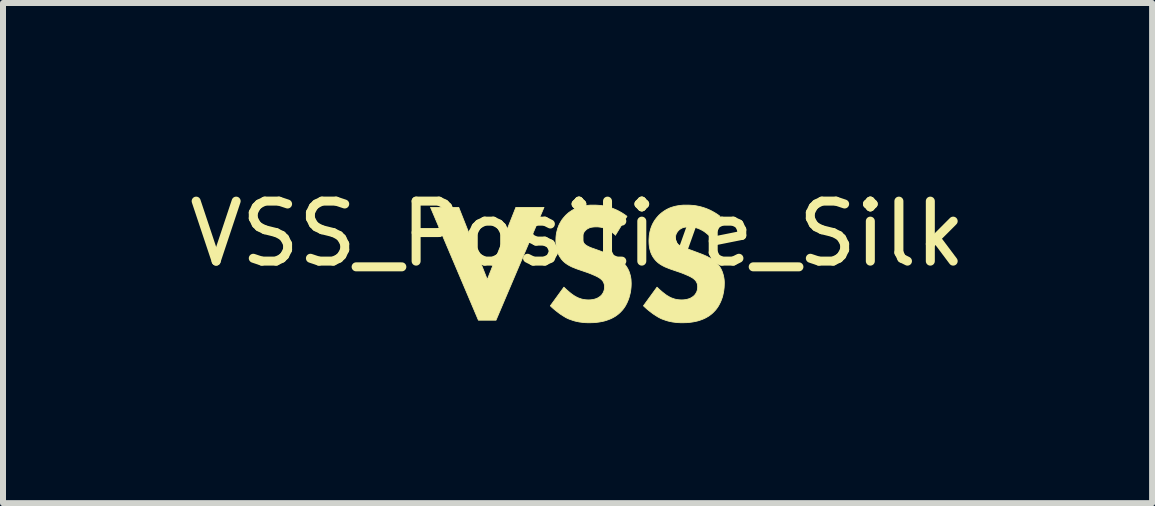
<source format=kicad_pcb>
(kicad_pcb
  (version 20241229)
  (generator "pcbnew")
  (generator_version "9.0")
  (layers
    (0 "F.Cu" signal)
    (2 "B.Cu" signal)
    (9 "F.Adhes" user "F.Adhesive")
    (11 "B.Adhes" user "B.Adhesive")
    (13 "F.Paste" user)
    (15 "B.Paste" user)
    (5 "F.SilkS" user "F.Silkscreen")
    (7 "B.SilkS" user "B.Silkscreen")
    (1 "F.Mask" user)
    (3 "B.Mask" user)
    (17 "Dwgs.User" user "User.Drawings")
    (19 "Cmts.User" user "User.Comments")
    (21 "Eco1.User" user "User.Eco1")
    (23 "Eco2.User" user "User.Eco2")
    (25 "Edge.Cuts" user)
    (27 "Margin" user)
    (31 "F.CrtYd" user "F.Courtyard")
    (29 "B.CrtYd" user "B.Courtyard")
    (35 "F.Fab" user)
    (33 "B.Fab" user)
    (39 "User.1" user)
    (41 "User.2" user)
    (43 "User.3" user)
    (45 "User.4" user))
  (footprint "VSS_Positive_Silk"
    (layer "F.Cu")
    (at 6.577 1.348)
    (property "Reference" "VSS_Positive_Silk" (at 0 -0.5 0) (unlocked yes) (layer "F.SilkS") (effects (font (size 1 1) (thickness 0.15))))
    (fp_poly (pts (xy -1.504 0.262) (xy -1.028 -0.941) (xy -0.559 -0.941) (xy -1.359 0.94) (xy -1.652 0.94) (xy -2.45 -0.941) (xy -1.98 -0.941)) (stroke (width 0.013) (type solid)) (fill yes) (layer "F.SilkS"))
    (fp_poly (pts (xy 0.319 -0.978) (xy 0.348 -0.976) (xy 0.378 -0.974) (xy 0.41 -0.97) (xy 0.443 -0.964) (xy 0.477 -0.957) (xy 0.513 -0.948) (xy 0.549 -0.937) (xy 0.586 -0.925) (xy 0.624 -0.909) (xy 0.663 -0.892) (xy 0.703 -0.871) (xy 0.743 -0.848) (xy 0.783 -0.822) (xy 0.824 -0.792) (xy 0.63 -0.475) (xy 0.63 -0.482) (xy 0.604 -0.504) (xy 0.578 -0.524) (xy 0.553 -0.542) (xy 0.529 -0.557) (xy 0.505 -0.569) (xy 0.483 -0.58) (xy 0.461 -0.589) (xy 0.44 -0.597) (xy 0.42 -0.603) (xy 0.401 -0.607) (xy 0.383 -0.611) (xy 0.366 -0.613) (xy 0.351 -0.615) (xy 0.337 -0.616) (xy 0.313 -0.616) (xy 0.29 -0.616) (xy 0.278 -0.615) (xy 0.266 -0.614) (xy 0.254 -0.613) (xy 0.241 -0.611) (xy 0.229 -0.609) (xy 0.217 -0.606) (xy 0.205 -0.602) (xy 0.193 -0.598) (xy 0.182 -0.592) (xy 0.17 -0.586) (xy 0.159 -0.579) (xy 0.149 -0.572) (xy 0.144 -0.567) (xy 0.139 -0.563) (xy 0.134 -0.558) (xy 0.129 -0.553) (xy 0.124 -0.547) (xy 0.119 -0.541) (xy 0.114 -0.535) (xy 0.11 -0.529) (xy 0.105 -0.522) (xy 0.101 -0.515) (xy 0.097 -0.508) (xy 0.094 -0.501) (xy 0.091 -0.493) (xy 0.088 -0.485) (xy 0.086 -0.477) (xy 0.084 -0.468) (xy 0.082 -0.46) (xy 0.081 -0.451) (xy 0.08 -0.442) (xy 0.08 -0.433) (xy 0.08 -0.424) (xy 0.081 -0.416) (xy 0.081 -0.408) (xy 0.083 -0.401) (xy 0.084 -0.393) (xy 0.086 -0.386) (xy 0.088 -0.38) (xy 0.09 -0.373) (xy 0.093 -0.367) (xy 0.096 -0.361) (xy 0.1 -0.355) (xy 0.104 -0.349) (xy 0.108 -0.343) (xy 0.112 -0.338) (xy 0.117 -0.332) (xy 0.122 -0.327) (xy 0.131 -0.319) (xy 0.14 -0.312) (xy 0.15 -0.305) (xy 0.161 -0.299) (xy 0.172 -0.293) (xy 0.184 -0.287) (xy 0.196 -0.281) (xy 0.21 -0.275) (xy 0.225 -0.269) (xy 0.24 -0.263) (xy 0.275 -0.251) (xy 0.359 -0.221) (xy 0.5 -0.168) (xy 0.531 -0.156) (xy 0.564 -0.142) (xy 0.597 -0.127) (xy 0.614 -0.119) (xy 0.631 -0.11) (xy 0.648 -0.101) (xy 0.665 -0.092) (xy 0.681 -0.082) (xy 0.697 -0.071) (xy 0.713 -0.06) (xy 0.728 -0.049) (xy 0.743 -0.036) (xy 0.757 -0.023) (xy 0.777 -0.003) (xy 0.795 0.017) (xy 0.811 0.039) (xy 0.825 0.06) (xy 0.838 0.082) (xy 0.849 0.105) (xy 0.859 0.127) (xy 0.867 0.15) (xy 0.874 0.173) (xy 0.88 0.195) (xy 0.885 0.218) (xy 0.889 0.24) (xy 0.892 0.262) (xy 0.893 0.284) (xy 0.894 0.305) (xy 0.895 0.326) (xy 0.894 0.362) (xy 0.892 0.397) (xy 0.888 0.432) (xy 0.883 0.466) (xy 0.876 0.499) (xy 0.868 0.531) (xy 0.859 0.563) (xy 0.849 0.593) (xy 0.837 0.622) (xy 0.825 0.65) (xy 0.811 0.677) (xy 0.797 0.703) (xy 0.781 0.727) (xy 0.765 0.75) (xy 0.747 0.772) (xy 0.729 0.791) (xy 0.713 0.808) (xy 0.697 0.823) (xy 0.681 0.837) (xy 0.664 0.85) (xy 0.646 0.863) (xy 0.629 0.875) (xy 0.593 0.896) (xy 0.557 0.914) (xy 0.52 0.929) (xy 0.483 0.942) (xy 0.447 0.953) (xy 0.411 0.961) (xy 0.375 0.968) (xy 0.341 0.973) (xy 0.308 0.977) (xy 0.277 0.98) (xy 0.248 0.981) (xy 0.196 0.982) (xy 0.171 0.982) (xy 0.147 0.981) (xy 0.122 0.98) (xy 0.098 0.978) (xy 0.074 0.975) (xy 0.051 0.972) (xy 0.027 0.969) (xy 0.004 0.964) (xy -0.019 0.959) (xy -0.042 0.954) (xy -0.065 0.947) (xy -0.087 0.94) (xy -0.11 0.932) (xy -0.133 0.924) (xy -0.155 0.915) (xy -0.178 0.904) (xy -0.196 0.895) (xy -0.214 0.884) (xy -0.232 0.873) (xy -0.251 0.861) (xy -0.269 0.849) (xy -0.288 0.837) (xy -0.324 0.81) (xy -0.36 0.782) (xy -0.393 0.755) (xy -0.425 0.727) (xy -0.453 0.7) (xy -0.227 0.389) (xy -0.207 0.408) (xy -0.186 0.428) (xy -0.163 0.448) (xy -0.14 0.468) (xy -0.117 0.487) (xy -0.094 0.505) (xy -0.082 0.513) (xy -0.071 0.521) (xy -0.061 0.528) (xy -0.051 0.534) (xy -0.037 0.542) (xy -0.023 0.55) (xy -0.009 0.557) (xy 0.005 0.564) (xy 0.019 0.57) (xy 0.033 0.575) (xy 0.048 0.58) (xy 0.062 0.585) (xy 0.077 0.589) (xy 0.092 0.592) (xy 0.107 0.595) (xy 0.122 0.597) (xy 0.138 0.599) (xy 0.153 0.6) (xy 0.169 0.601) (xy 0.186 0.601) (xy 0.197 0.601) (xy 0.208 0.6) (xy 0.219 0.6) (xy 0.232 0.598) (xy 0.244 0.597) (xy 0.256 0.595) (xy 0.269 0.592) (xy 0.282 0.589) (xy 0.295 0.585) (xy 0.308 0.581) (xy 0.321 0.576) (xy 0.334 0.57) (xy 0.346 0.563) (xy 0.359 0.555) (xy 0.371 0.547) (xy 0.383 0.537) (xy 0.39 0.531) (xy 0.396 0.525) (xy 0.403 0.518) (xy 0.409 0.51) (xy 0.414 0.502) (xy 0.42 0.494) (xy 0.425 0.485) (xy 0.43 0.476) (xy 0.434 0.467) (xy 0.438 0.456) (xy 0.442 0.446) (xy 0.443 0.44) (xy 0.445 0.435) (xy 0.446 0.429) (xy 0.447 0.423) (xy 0.448 0.417) (xy 0.449 0.411) (xy 0.45 0.405) (xy 0.45 0.399) (xy 0.45 0.392) (xy 0.45 0.386) (xy 0.45 0.374) (xy 0.449 0.363) (xy 0.448 0.353) (xy 0.446 0.343) (xy 0.443 0.333) (xy 0.44 0.324) (xy 0.437 0.315) (xy 0.433 0.307) (xy 0.429 0.299) (xy 0.424 0.291) (xy 0.419 0.284) (xy 0.413 0.277) (xy 0.407 0.27) (xy 0.401 0.264) (xy 0.394 0.258) (xy 0.387 0.252) (xy 0.377 0.244) (xy 0.365 0.236) (xy 0.353 0.228) (xy 0.339 0.22) (xy 0.325 0.213) (xy 0.31 0.205) (xy 0.279 0.191) (xy 0.248 0.178) (xy 0.218 0.165) (xy 0.168 0.146) (xy 0.013 0.093) (xy -0.021 0.081) (xy -0.055 0.067) (xy -0.09 0.053) (xy -0.107 0.045) (xy -0.124 0.036) (xy -0.141 0.027) (xy -0.158 0.017) (xy -0.174 0.007) (xy -0.19 -0.004) (xy -0.205 -0.015) (xy -0.22 -0.028) (xy -0.235 -0.041) (xy -0.248 -0.055) (xy -0.266 -0.075) (xy -0.281 -0.096) (xy -0.295 -0.117) (xy -0.307 -0.138) (xy -0.318 -0.16) (xy -0.327 -0.181) (xy -0.335 -0.203) (xy -0.342 -0.225) (xy -0.347 -0.246) (xy -0.351 -0.267) (xy -0.355 -0.288) (xy -0.357 -0.308) (xy -0.359 -0.328) (xy -0.36 -0.347) (xy -0.361 -0.383) (xy -0.36 -0.414) (xy -0.359 -0.444) (xy -0.356 -0.474) (xy -0.352 -0.503) (xy -0.346 -0.531) (xy -0.339 -0.559) (xy -0.332 -0.587) (xy -0.322 -0.613) (xy -0.312 -0.64) (xy -0.3 -0.665) (xy -0.286 -0.69) (xy -0.272 -0.715) (xy -0.256 -0.739) (xy -0.238 -0.762) (xy -0.219 -0.784) (xy -0.199 -0.807) (xy -0.173 -0.831) (xy -0.148 -0.853) (xy -0.121 -0.872) (xy -0.094 -0.89) (xy -0.067 -0.906) (xy -0.039 -0.92) (xy -0.011 -0.933) (xy 0.018 -0.943) (xy 0.048 -0.952) (xy 0.077 -0.96) (xy 0.108 -0.966) (xy 0.139 -0.971) (xy 0.17 -0.975) (xy 0.202 -0.978) (xy 0.234 -0.979) (xy 0.267 -0.979)) (stroke (width 0.013) (type solid)) (fill yes) (layer "F.SilkS"))
    (fp_poly (pts (xy 1.872 -0.978) (xy 1.9 -0.976) (xy 1.931 -0.974) (xy 1.962 -0.97) (xy 1.995 -0.964) (xy 2.029 -0.957) (xy 2.065 -0.948) (xy 2.101 -0.937) (xy 2.138 -0.925) (xy 2.177 -0.909) (xy 2.215 -0.892) (xy 2.255 -0.871) (xy 2.295 -0.848) (xy 2.336 -0.822) (xy 2.376 -0.792) (xy 2.182 -0.475) (xy 2.182 -0.482) (xy 2.156 -0.504) (xy 2.131 -0.524) (xy 2.106 -0.542) (xy 2.081 -0.557) (xy 2.058 -0.569) (xy 2.035 -0.58) (xy 2.013 -0.589) (xy 1.992 -0.597) (xy 1.972 -0.603) (xy 1.953 -0.607) (xy 1.935 -0.611) (xy 1.919 -0.613) (xy 1.903 -0.615) (xy 1.889 -0.616) (xy 1.865 -0.616) (xy 1.842 -0.616) (xy 1.83 -0.615) (xy 1.818 -0.614) (xy 1.806 -0.613) (xy 1.794 -0.611) (xy 1.781 -0.609) (xy 1.769 -0.606) (xy 1.757 -0.602) (xy 1.745 -0.598) (xy 1.734 -0.592) (xy 1.723 -0.586) (xy 1.712 -0.579) (xy 1.701 -0.572) (xy 1.696 -0.567) (xy 1.691 -0.563) (xy 1.686 -0.558) (xy 1.682 -0.553) (xy 1.676 -0.547) (xy 1.671 -0.541) (xy 1.666 -0.535) (xy 1.662 -0.529) (xy 1.658 -0.522) (xy 1.653 -0.515) (xy 1.65 -0.508) (xy 1.646 -0.501) (xy 1.643 -0.493) (xy 1.64 -0.485) (xy 1.638 -0.477) (xy 1.636 -0.468) (xy 1.634 -0.46) (xy 1.633 -0.451) (xy 1.632 -0.442) (xy 1.632 -0.433) (xy 1.632 -0.424) (xy 1.633 -0.416) (xy 1.634 -0.408) (xy 1.635 -0.401) (xy 1.636 -0.393) (xy 1.638 -0.386) (xy 1.64 -0.38) (xy 1.643 -0.373) (xy 1.646 -0.367) (xy 1.649 -0.361) (xy 1.652 -0.355) (xy 1.656 -0.349) (xy 1.66 -0.343) (xy 1.665 -0.338) (xy 1.669 -0.332) (xy 1.674 -0.327) (xy 1.683 -0.319) (xy 1.693 -0.312) (xy 1.702 -0.305) (xy 1.713 -0.299) (xy 1.724 -0.293) (xy 1.736 -0.287) (xy 1.749 -0.281) (xy 1.762 -0.275) (xy 1.777 -0.269) (xy 1.792 -0.263) (xy 1.827 -0.251) (xy 1.911 -0.221) (xy 2.052 -0.168) (xy 2.083 -0.156) (xy 2.116 -0.142) (xy 2.15 -0.127) (xy 2.166 -0.119) (xy 2.183 -0.11) (xy 2.2 -0.101) (xy 2.217 -0.092) (xy 2.233 -0.082) (xy 2.249 -0.071) (xy 2.265 -0.06) (xy 2.28 -0.049) (xy 2.295 -0.036) (xy 2.309 -0.023) (xy 2.329 -0.003) (xy 2.347 0.017) (xy 2.363 0.039) (xy 2.377 0.06) (xy 2.39 0.082) (xy 2.401 0.105) (xy 2.411 0.127) (xy 2.419 0.15) (xy 2.426 0.173) (xy 2.432 0.195) (xy 2.437 0.218) (xy 2.441 0.24) (xy 2.444 0.262) (xy 2.446 0.284) (xy 2.447 0.305) (xy 2.447 0.326) (xy 2.446 0.362) (xy 2.444 0.397) (xy 2.44 0.432) (xy 2.435 0.466) (xy 2.428 0.499) (xy 2.421 0.531) (xy 2.412 0.563) (xy 2.401 0.593) (xy 2.39 0.622) (xy 2.377 0.65) (xy 2.363 0.677) (xy 2.349 0.703) (xy 2.333 0.727) (xy 2.317 0.75) (xy 2.299 0.772) (xy 2.281 0.791) (xy 2.265 0.808) (xy 2.249 0.823) (xy 2.233 0.837) (xy 2.216 0.85) (xy 2.199 0.863) (xy 2.181 0.875) (xy 2.145 0.896) (xy 2.109 0.914) (xy 2.072 0.929) (xy 2.036 0.942) (xy 1.999 0.953) (xy 1.963 0.961) (xy 1.928 0.968) (xy 1.893 0.973) (xy 1.861 0.977) (xy 1.829 0.98) (xy 1.8 0.981) (xy 1.749 0.982) (xy 1.724 0.982) (xy 1.699 0.981) (xy 1.675 0.98) (xy 1.65 0.978) (xy 1.627 0.975) (xy 1.603 0.972) (xy 1.58 0.969) (xy 1.556 0.964) (xy 1.533 0.959) (xy 1.51 0.954) (xy 1.487 0.947) (xy 1.465 0.94) (xy 1.442 0.932) (xy 1.42 0.924) (xy 1.397 0.915) (xy 1.375 0.904) (xy 1.357 0.895) (xy 1.338 0.884) (xy 1.32 0.873) (xy 1.301 0.861) (xy 1.283 0.849) (xy 1.264 0.837) (xy 1.228 0.81) (xy 1.192 0.782) (xy 1.159 0.755) (xy 1.128 0.727) (xy 1.099 0.7) (xy 1.325 0.389) (xy 1.345 0.408) (xy 1.366 0.428) (xy 1.389 0.448) (xy 1.412 0.468) (xy 1.436 0.487) (xy 1.459 0.505) (xy 1.47 0.513) (xy 1.481 0.521) (xy 1.491 0.528) (xy 1.502 0.534) (xy 1.516 0.542) (xy 1.529 0.55) (xy 1.543 0.557) (xy 1.557 0.564) (xy 1.571 0.57) (xy 1.586 0.575) (xy 1.6 0.58) (xy 1.614 0.585) (xy 1.629 0.589) (xy 1.644 0.592) (xy 1.659 0.595) (xy 1.674 0.597) (xy 1.69 0.599) (xy 1.706 0.6) (xy 1.722 0.601) (xy 1.738 0.601) (xy 1.749 0.601) (xy 1.76 0.6) (xy 1.772 0.6) (xy 1.784 0.598) (xy 1.796 0.597) (xy 1.809 0.595) (xy 1.821 0.592) (xy 1.834 0.589) (xy 1.847 0.585) (xy 1.86 0.581) (xy 1.873 0.576) (xy 1.886 0.57) (xy 1.899 0.563) (xy 1.911 0.555) (xy 1.923 0.547) (xy 1.936 0.537) (xy 1.942 0.531) (xy 1.949 0.525) (xy 1.955 0.518) (xy 1.961 0.51) (xy 1.967 0.502) (xy 1.972 0.494) (xy 1.977 0.485) (xy 1.982 0.476) (xy 1.987 0.467) (xy 1.991 0.456) (xy 1.994 0.446) (xy 1.996 0.44) (xy 1.997 0.435) (xy 1.998 0.429) (xy 1.999 0.423) (xy 2 0.417) (xy 2.001 0.411) (xy 2.002 0.405) (xy 2.002 0.399) (xy 2.002 0.392) (xy 2.003 0.386) (xy 2.002 0.374) (xy 2.001 0.363) (xy 2 0.353) (xy 1.998 0.343) (xy 1.996 0.333) (xy 1.993 0.324) (xy 1.989 0.315) (xy 1.985 0.307) (xy 1.981 0.299) (xy 1.976 0.291) (xy 1.971 0.284) (xy 1.965 0.277) (xy 1.959 0.27) (xy 1.953 0.264) (xy 1.946 0.258) (xy 1.939 0.252) (xy 1.929 0.244) (xy 1.918 0.236) (xy 1.905 0.228) (xy 1.891 0.22) (xy 1.877 0.213) (xy 1.862 0.205) (xy 1.831 0.191) (xy 1.8 0.178) (xy 1.77 0.165) (xy 1.72 0.146) (xy 1.565 0.093) (xy 1.531 0.081) (xy 1.497 0.067) (xy 1.462 0.053) (xy 1.445 0.045) (xy 1.428 0.036) (xy 1.411 0.027) (xy 1.394 0.017) (xy 1.378 0.007) (xy 1.362 -0.004) (xy 1.347 -0.015) (xy 1.332 -0.028) (xy 1.318 -0.041) (xy 1.304 -0.055) (xy 1.287 -0.075) (xy 1.271 -0.096) (xy 1.257 -0.117) (xy 1.245 -0.138) (xy 1.234 -0.16) (xy 1.225 -0.181) (xy 1.217 -0.203) (xy 1.211 -0.225) (xy 1.205 -0.246) (xy 1.201 -0.267) (xy 1.197 -0.288) (xy 1.195 -0.308) (xy 1.193 -0.328) (xy 1.192 -0.347) (xy 1.191 -0.383) (xy 1.192 -0.414) (xy 1.194 -0.444) (xy 1.196 -0.474) (xy 1.201 -0.503) (xy 1.206 -0.531) (xy 1.213 -0.559) (xy 1.221 -0.587) (xy 1.23 -0.613) (xy 1.241 -0.64) (xy 1.252 -0.665) (xy 1.266 -0.69) (xy 1.28 -0.715) (xy 1.297 -0.739) (xy 1.314 -0.762) (xy 1.333 -0.784) (xy 1.353 -0.807) (xy 1.379 -0.831) (xy 1.405 -0.853) (xy 1.431 -0.872) (xy 1.458 -0.89) (xy 1.485 -0.906) (xy 1.513 -0.92) (xy 1.542 -0.933) (xy 1.57 -0.943) (xy 1.6 -0.952) (xy 1.63 -0.96) (xy 1.66 -0.966) (xy 1.691 -0.971) (xy 1.722 -0.975) (xy 1.754 -0.978) (xy 1.786 -0.979) (xy 1.819 -0.979)) (stroke (width 0.013) (type solid)) (fill yes) (layer "F.SilkS")))
  (gr_rect
    (start -3 -3)
    (end 16.155 5.337)
    (stroke (width 0.1) (type default))
    (fill no)
    (layer "Edge.Cuts")))
</source>
